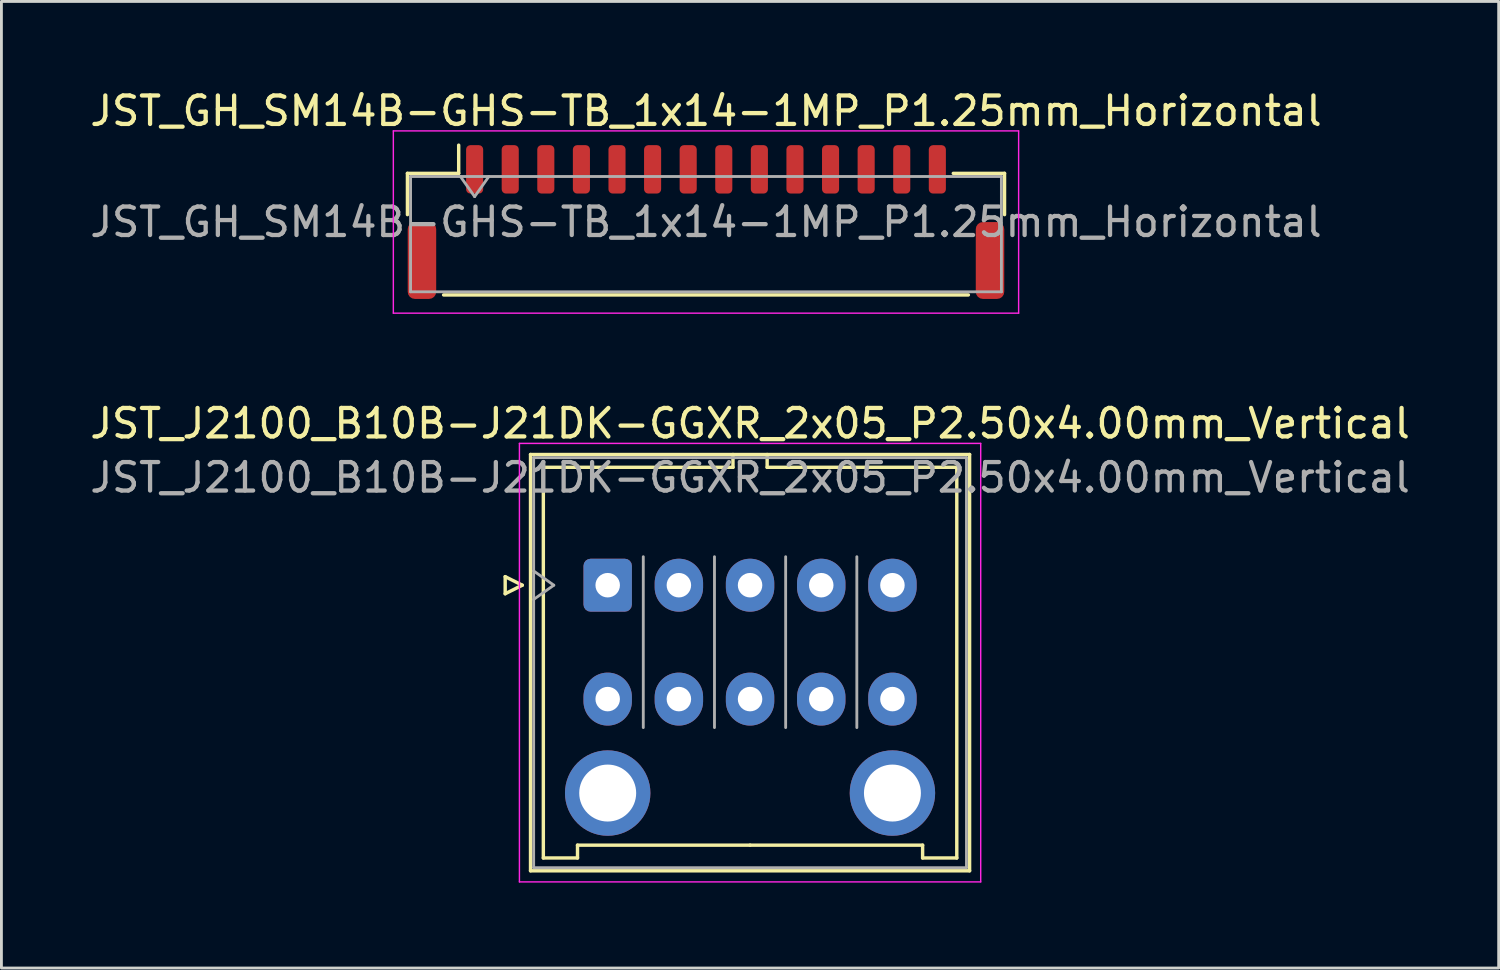
<source format=kicad_pcb>
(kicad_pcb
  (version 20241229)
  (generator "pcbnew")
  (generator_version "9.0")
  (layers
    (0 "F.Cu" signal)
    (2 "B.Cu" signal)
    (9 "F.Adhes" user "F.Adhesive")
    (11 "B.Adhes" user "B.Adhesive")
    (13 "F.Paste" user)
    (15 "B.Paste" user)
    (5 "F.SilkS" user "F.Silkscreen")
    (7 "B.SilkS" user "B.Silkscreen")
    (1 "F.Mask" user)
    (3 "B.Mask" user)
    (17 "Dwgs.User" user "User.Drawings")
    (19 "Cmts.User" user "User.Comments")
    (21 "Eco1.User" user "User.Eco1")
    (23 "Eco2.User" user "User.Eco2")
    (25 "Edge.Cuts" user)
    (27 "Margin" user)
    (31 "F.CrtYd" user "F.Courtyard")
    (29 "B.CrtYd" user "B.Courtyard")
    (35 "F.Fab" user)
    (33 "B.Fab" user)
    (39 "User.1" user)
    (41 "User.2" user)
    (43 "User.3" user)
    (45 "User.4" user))
  (footprint "JST_GH_SM14B-GHS-TB_1x14-1MP_P1.25mm_Horizontal"
    (layer "F.Cu")
    (at 21.744 4.748)
    (property "Reference" "JST_GH_SM14B-GHS-TB_1x14-1MP_P1.25mm_Horizontal" (at 0 -3.9 0) (layer "F.SilkS") (effects (font (size 1 1) (thickness 0.15))))
    (attr smd)
    (fp_line (start -10.485 -1.71) (end -8.685 -1.71) (stroke (width 0.12) (type solid)) (layer "F.SilkS"))
    (fp_line (start -10.485 -0.26) (end -10.485 -1.71) (stroke (width 0.12) (type solid)) (layer "F.SilkS"))
    (fp_line (start -9.215 2.56) (end 9.215 2.56) (stroke (width 0.12) (type solid)) (layer "F.SilkS"))
    (fp_line (start -8.685 -1.71) (end -8.685 -2.7) (stroke (width 0.12) (type solid)) (layer "F.SilkS"))
    (fp_line (start 10.485 -1.71) (end 8.685 -1.71) (stroke (width 0.12) (type solid)) (layer "F.SilkS"))
    (fp_line (start 10.485 -0.26) (end 10.485 -1.71) (stroke (width 0.12) (type solid)) (layer "F.SilkS"))
    (fp_line (start -10.98 -3.2) (end -10.98 3.2) (stroke (width 0.05) (type solid)) (layer "F.CrtYd"))
    (fp_line (start -10.98 3.2) (end 10.98 3.2) (stroke (width 0.05) (type solid)) (layer "F.CrtYd"))
    (fp_line (start 10.98 -3.2) (end -10.98 -3.2) (stroke (width 0.05) (type solid)) (layer "F.CrtYd"))
    (fp_line (start 10.98 3.2) (end 10.98 -3.2) (stroke (width 0.05) (type solid)) (layer "F.CrtYd"))
    (fp_line (start -10.375 -1.6) (end -10.375 2.45) (stroke (width 0.1) (type solid)) (layer "F.Fab"))
    (fp_line (start -10.375 -1.6) (end 10.375 -1.6) (stroke (width 0.1) (type solid)) (layer "F.Fab"))
    (fp_line (start -10.375 2.45) (end 10.375 2.45) (stroke (width 0.1) (type solid)) (layer "F.Fab"))
    (fp_line (start -8.625 -1.6) (end -8.125 -0.893) (stroke (width 0.1) (type solid)) (layer "F.Fab"))
    (fp_line (start -8.125 -0.893) (end -7.625 -1.6) (stroke (width 0.1) (type solid)) (layer "F.Fab"))
    (fp_line (start 10.375 -1.6) (end 10.375 2.45) (stroke (width 0.1) (type solid)) (layer "F.Fab"))
    (fp_text user "${REFERENCE}" (at 0 0 0) (layer "F.Fab") (effects (font (size 1 1) (thickness 0.15))))
    (pad "1" smd roundrect (at -8.125 -1.85) (size 0.6 1.7) (layers "F.Cu" "F.Mask" "F.Paste") (roundrect_rratio 0.25))
    (pad "2" smd roundrect (at -6.875 -1.85) (size 0.6 1.7) (layers "F.Cu" "F.Mask" "F.Paste") (roundrect_rratio 0.25))
    (pad "3" smd roundrect (at -5.625 -1.85) (size 0.6 1.7) (layers "F.Cu" "F.Mask" "F.Paste") (roundrect_rratio 0.25))
    (pad "4" smd roundrect (at -4.375 -1.85) (size 0.6 1.7) (layers "F.Cu" "F.Mask" "F.Paste") (roundrect_rratio 0.25))
    (pad "5" smd roundrect (at -3.125 -1.85) (size 0.6 1.7) (layers "F.Cu" "F.Mask" "F.Paste") (roundrect_rratio 0.25))
    (pad "6" smd roundrect (at -1.875 -1.85) (size 0.6 1.7) (layers "F.Cu" "F.Mask" "F.Paste") (roundrect_rratio 0.25))
    (pad "7" smd roundrect (at -0.625 -1.85) (size 0.6 1.7) (layers "F.Cu" "F.Mask" "F.Paste") (roundrect_rratio 0.25))
    (pad "8" smd roundrect (at 0.625 -1.85) (size 0.6 1.7) (layers "F.Cu" "F.Mask" "F.Paste") (roundrect_rratio 0.25))
    (pad "9" smd roundrect (at 1.875 -1.85) (size 0.6 1.7) (layers "F.Cu" "F.Mask" "F.Paste") (roundrect_rratio 0.25))
    (pad "10" smd roundrect (at 3.125 -1.85) (size 0.6 1.7) (layers "F.Cu" "F.Mask" "F.Paste") (roundrect_rratio 0.25))
    (pad "11" smd roundrect (at 4.375 -1.85) (size 0.6 1.7) (layers "F.Cu" "F.Mask" "F.Paste") (roundrect_rratio 0.25))
    (pad "12" smd roundrect (at 5.625 -1.85) (size 0.6 1.7) (layers "F.Cu" "F.Mask" "F.Paste") (roundrect_rratio 0.25))
    (pad "13" smd roundrect (at 6.875 -1.85) (size 0.6 1.7) (layers "F.Cu" "F.Mask" "F.Paste") (roundrect_rratio 0.25))
    (pad "14" smd roundrect (at 8.125 -1.85) (size 0.6 1.7) (layers "F.Cu" "F.Mask" "F.Paste") (roundrect_rratio 0.25))
    (pad "MP" smd roundrect (at -9.975 1.35) (size 1 2.7) (layers "F.Cu" "F.Mask" "F.Paste") (roundrect_rratio 0.25))
    (pad "MP" smd roundrect (at 9.975 1.35) (size 1 2.7) (layers "F.Cu" "F.Mask" "F.Paste") (roundrect_rratio 0.25)))
  (footprint "JST_J2100_B10B-J21DK-GGXR_2x05_P2.50x4.00mm_Vertical"
    (layer "F.Cu")
    (at 18.292 17.502)
    (property "Reference" "JST_J2100_B10B-J21DK-GGXR_2x05_P2.50x4.00mm_Vertical" (at 5 -5.68 0) (layer "F.SilkS") (effects (font (size 1 1) (thickness 0.15))))
    (attr through_hole)
    (fp_line (start -3.6 -0.3) (end -3 0) (stroke (width 0.12) (type solid)) (layer "F.SilkS"))
    (fp_line (start -3.6 0.3) (end -3.6 -0.3) (stroke (width 0.12) (type solid)) (layer "F.SilkS"))
    (fp_line (start -3 0) (end -3.6 0.3) (stroke (width 0.12) (type solid)) (layer "F.SilkS"))
    (fp_line (start -2.71 -4.59) (end -2.71 10.03) (stroke (width 0.12) (type solid)) (layer "F.SilkS"))
    (fp_line (start -2.71 10.03) (end 12.71 10.03) (stroke (width 0.12) (type solid)) (layer "F.SilkS"))
    (fp_line (start -2.26 -4.14) (end -2.26 9.58) (stroke (width 0.12) (type solid)) (layer "F.SilkS"))
    (fp_line (start -2.26 9.58) (end -1.06 9.58) (stroke (width 0.12) (type solid)) (layer "F.SilkS"))
    (fp_line (start -1.06 9.13) (end 5 9.13) (stroke (width 0.12) (type solid)) (layer "F.SilkS"))
    (fp_line (start -1.06 9.58) (end -1.06 9.13) (stroke (width 0.12) (type solid)) (layer "F.SilkS"))
    (fp_line (start 4.4 -4.59) (end 4.4 -4.14) (stroke (width 0.12) (type solid)) (layer "F.SilkS"))
    (fp_line (start 4.4 -4.14) (end -2.26 -4.14) (stroke (width 0.12) (type solid)) (layer "F.SilkS"))
    (fp_line (start 5.6 -4.59) (end 5.6 -4.14) (stroke (width 0.12) (type solid)) (layer "F.SilkS"))
    (fp_line (start 5.6 -4.14) (end 12.26 -4.14) (stroke (width 0.12) (type solid)) (layer "F.SilkS"))
    (fp_line (start 11.06 9.13) (end 5 9.13) (stroke (width 0.12) (type solid)) (layer "F.SilkS"))
    (fp_line (start 11.06 9.58) (end 11.06 9.13) (stroke (width 0.12) (type solid)) (layer "F.SilkS"))
    (fp_line (start 12.26 -4.14) (end 12.26 9.58) (stroke (width 0.12) (type solid)) (layer "F.SilkS"))
    (fp_line (start 12.26 9.58) (end 11.06 9.58) (stroke (width 0.12) (type solid)) (layer "F.SilkS"))
    (fp_line (start 12.71 -4.59) (end -2.71 -4.59) (stroke (width 0.12) (type solid)) (layer "F.SilkS"))
    (fp_line (start 12.71 10.03) (end 12.71 -4.59) (stroke (width 0.12) (type solid)) (layer "F.SilkS"))
    (fp_line (start -3.1 -4.98) (end -3.1 10.42) (stroke (width 0.05) (type solid)) (layer "F.CrtYd"))
    (fp_line (start -3.1 10.42) (end 13.1 10.42) (stroke (width 0.05) (type solid)) (layer "F.CrtYd"))
    (fp_line (start 13.1 -4.98) (end -3.1 -4.98) (stroke (width 0.05) (type solid)) (layer "F.CrtYd"))
    (fp_line (start 13.1 10.42) (end 13.1 -4.98) (stroke (width 0.05) (type solid)) (layer "F.CrtYd"))
    (fp_line (start -2.6 -4.48) (end -2.6 9.92) (stroke (width 0.1) (type solid)) (layer "F.Fab"))
    (fp_line (start -2.6 0.5) (end -1.893 0) (stroke (width 0.1) (type solid)) (layer "F.Fab"))
    (fp_line (start -2.6 9.92) (end 12.6 9.92) (stroke (width 0.1) (type solid)) (layer "F.Fab"))
    (fp_line (start -1.893 0) (end -2.6 -0.5) (stroke (width 0.1) (type solid)) (layer "F.Fab"))
    (fp_line (start 1.25 5) (end 1.25 -1) (stroke (width 0.1) (type solid)) (layer "F.Fab"))
    (fp_line (start 3.75 5) (end 3.75 -1) (stroke (width 0.1) (type solid)) (layer "F.Fab"))
    (fp_line (start 6.25 5) (end 6.25 -1) (stroke (width 0.1) (type solid)) (layer "F.Fab"))
    (fp_line (start 8.75 5) (end 8.75 -1) (stroke (width 0.1) (type solid)) (layer "F.Fab"))
    (fp_line (start 12.6 -4.48) (end -2.6 -4.48) (stroke (width 0.1) (type solid)) (layer "F.Fab"))
    (fp_line (start 12.6 9.92) (end 12.6 -4.48) (stroke (width 0.1) (type solid)) (layer "F.Fab"))
    (fp_text user "${REFERENCE}" (at 5 -3.78 0) (layer "F.Fab") (effects (font (size 1 1) (thickness 0.15))))
    (pad "" thru_hole circle (at 0 7.3) (size 3 3) (drill 2) (layers "*.Cu" "*.Mask"))
    (pad "" thru_hole circle (at 10 7.3) (size 3 3) (drill 2) (layers "*.Cu" "*.Mask"))
    (pad "1" thru_hole roundrect (at 0 0) (size 1.7 1.86) (drill 0.86) (layers "*.Cu" "*.Mask") (roundrect_rratio 0.147))
    (pad "2" thru_hole oval (at 2.5 0) (size 1.7 1.86) (drill 0.86) (layers "*.Cu" "*.Mask"))
    (pad "3" thru_hole oval (at 5 0) (size 1.7 1.86) (drill 0.86) (layers "*.Cu" "*.Mask"))
    (pad "4" thru_hole oval (at 7.5 0) (size 1.7 1.86) (drill 0.86) (layers "*.Cu" "*.Mask"))
    (pad "5" thru_hole oval (at 10 0) (size 1.7 1.86) (drill 0.86) (layers "*.Cu" "*.Mask"))
    (pad "6" thru_hole oval (at 0 4) (size 1.7 1.86) (drill 0.86) (layers "*.Cu" "*.Mask"))
    (pad "7" thru_hole oval (at 2.5 4) (size 1.7 1.86) (drill 0.86) (layers "*.Cu" "*.Mask"))
    (pad "8" thru_hole oval (at 5 4) (size 1.7 1.86) (drill 0.86) (layers "*.Cu" "*.Mask"))
    (pad "9" thru_hole oval (at 7.5 4) (size 1.7 1.86) (drill 0.86) (layers "*.Cu" "*.Mask"))
    (pad "10" thru_hole oval (at 10 4) (size 1.7 1.86) (drill 0.86) (layers "*.Cu" "*.Mask")))
  (gr_rect
    (start -3 -3)
    (end 49.583 30.947)
    (stroke (width 0.1) (type default))
    (fill no)
    (layer "Edge.Cuts")))
</source>
